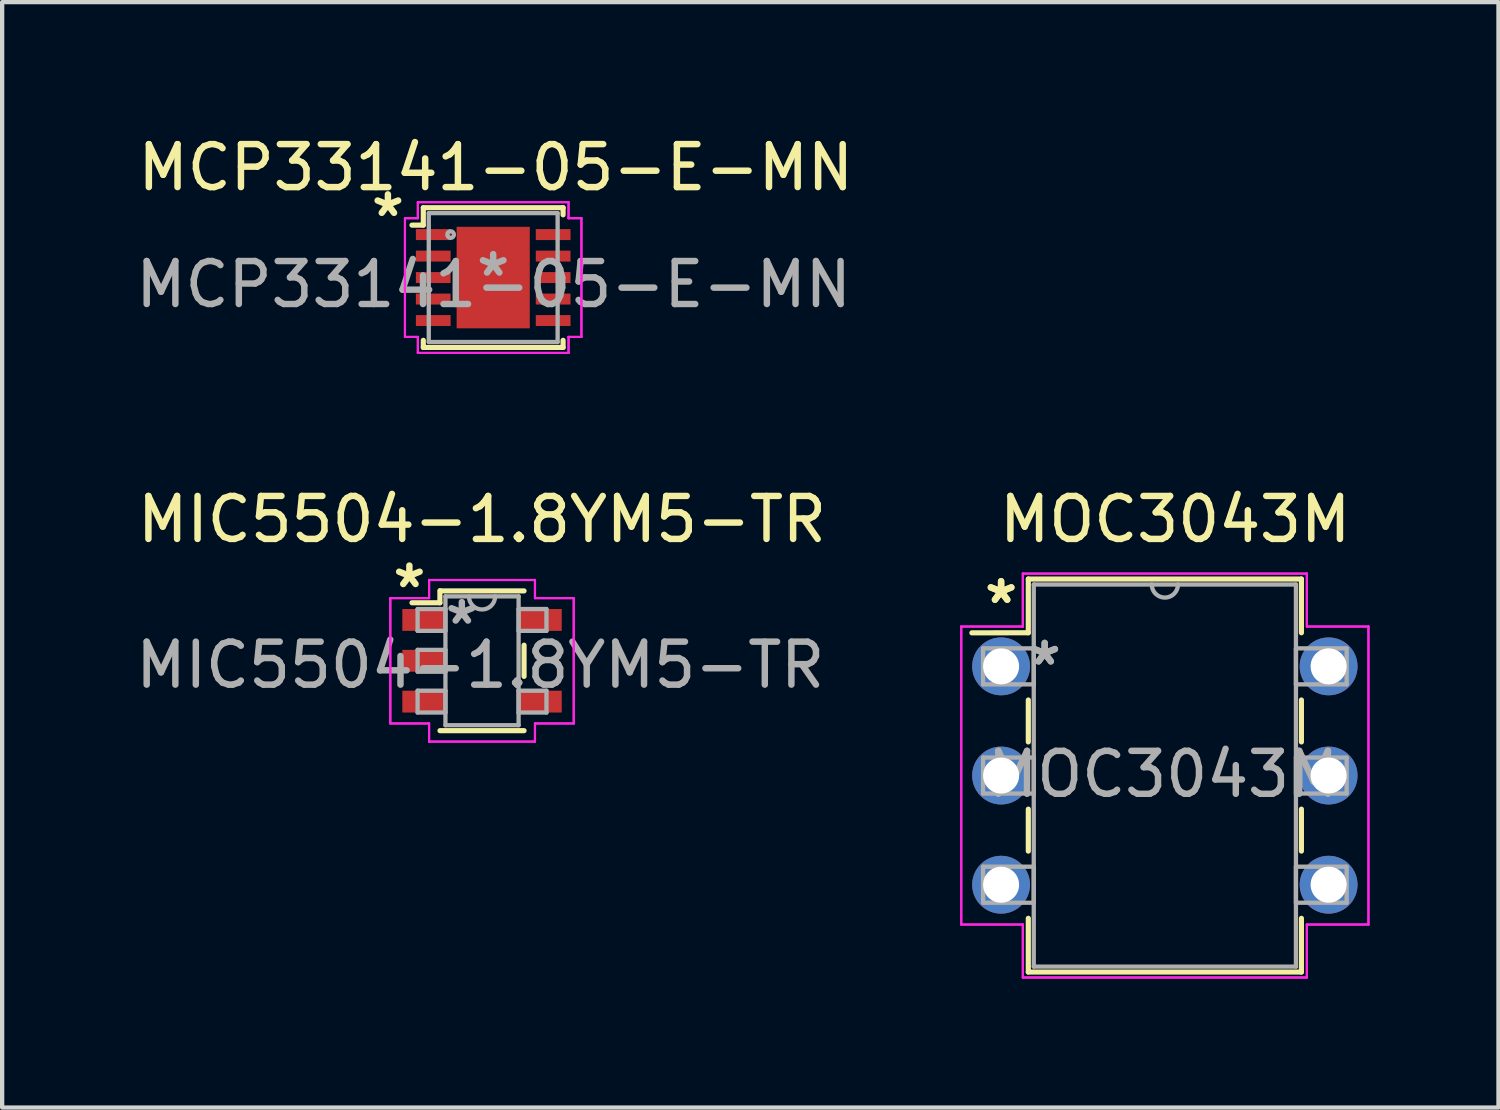
<source format=kicad_pcb>
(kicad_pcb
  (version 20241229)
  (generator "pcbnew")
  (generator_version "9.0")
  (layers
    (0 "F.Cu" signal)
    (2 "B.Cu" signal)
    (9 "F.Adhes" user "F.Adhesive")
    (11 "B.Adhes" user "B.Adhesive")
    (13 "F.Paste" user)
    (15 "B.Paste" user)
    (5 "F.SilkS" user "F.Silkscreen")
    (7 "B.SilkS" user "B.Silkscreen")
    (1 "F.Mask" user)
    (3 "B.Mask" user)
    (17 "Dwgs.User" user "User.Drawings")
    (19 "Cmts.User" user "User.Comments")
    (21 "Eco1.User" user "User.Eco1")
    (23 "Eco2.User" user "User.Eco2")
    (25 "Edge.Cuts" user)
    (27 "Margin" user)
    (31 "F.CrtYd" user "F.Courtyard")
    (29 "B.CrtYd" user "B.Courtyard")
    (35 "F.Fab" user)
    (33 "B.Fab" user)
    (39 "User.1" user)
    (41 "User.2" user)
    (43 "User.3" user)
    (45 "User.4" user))
  (footprint "MIC5504-1.8YM5-TR"
    (layer "F.Cu")
    (at 8.165 12.324)
    (property "Reference" "MIC5504-1.8YM5-TR" (at 0 -3.29 0) (layer "F.SilkS") (effects (font (size 1 1) (thickness 0.15))))
    (attr through_hole)
    (fp_line (start -0.98 -1.63) (end -0.98 -1.35) (stroke (width 0.12) (type solid)) (layer "F.SilkS"))
    (fp_line (start -0.98 -1.35) (end -1.63 -1.35) (stroke (width 0.12) (type solid)) (layer "F.SilkS"))
    (fp_line (start -0.978 1.626) (end 0.978 1.626) (stroke (width 0.12) (type solid)) (layer "F.SilkS"))
    (fp_line (start 0.978 -1.626) (end -0.97 -1.626) (stroke (width 0.12) (type solid)) (layer "F.SilkS"))
    (fp_line (start 0.978 0.363) (end 0.978 -0.363) (stroke (width 0.12) (type solid)) (layer "F.SilkS"))
    (fp_line (start -2.134 -1.458) (end -1.232 -1.458) (stroke (width 0.05) (type solid)) (layer "F.CrtYd"))
    (fp_line (start -2.134 -1.458) (end -1.232 -1.458) (stroke (width 0.05) (type solid)) (layer "F.CrtYd"))
    (fp_line (start -2.134 1.458) (end -2.134 -1.458) (stroke (width 0.05) (type solid)) (layer "F.CrtYd"))
    (fp_line (start -2.134 1.458) (end -2.134 -1.458) (stroke (width 0.05) (type solid)) (layer "F.CrtYd"))
    (fp_line (start -1.232 -1.88) (end 1.232 -1.88) (stroke (width 0.05) (type solid)) (layer "F.CrtYd"))
    (fp_line (start -1.232 -1.88) (end 1.232 -1.88) (stroke (width 0.05) (type solid)) (layer "F.CrtYd"))
    (fp_line (start -1.232 -1.458) (end -1.232 -1.88) (stroke (width 0.05) (type solid)) (layer "F.CrtYd"))
    (fp_line (start -1.232 -1.458) (end -1.232 -1.88) (stroke (width 0.05) (type solid)) (layer "F.CrtYd"))
    (fp_line (start -1.232 1.458) (end -2.134 1.458) (stroke (width 0.05) (type solid)) (layer "F.CrtYd"))
    (fp_line (start -1.232 1.458) (end -2.134 1.458) (stroke (width 0.05) (type solid)) (layer "F.CrtYd"))
    (fp_line (start -1.232 1.88) (end -1.232 1.458) (stroke (width 0.05) (type solid)) (layer "F.CrtYd"))
    (fp_line (start -1.232 1.88) (end -1.232 1.458) (stroke (width 0.05) (type solid)) (layer "F.CrtYd"))
    (fp_line (start 1.232 -1.88) (end 1.232 -1.458) (stroke (width 0.05) (type solid)) (layer "F.CrtYd"))
    (fp_line (start 1.232 -1.88) (end 1.232 -1.458) (stroke (width 0.05) (type solid)) (layer "F.CrtYd"))
    (fp_line (start 1.232 -1.458) (end 2.134 -1.458) (stroke (width 0.05) (type solid)) (layer "F.CrtYd"))
    (fp_line (start 1.232 -1.458) (end 2.134 -1.458) (stroke (width 0.05) (type solid)) (layer "F.CrtYd"))
    (fp_line (start 1.232 1.458) (end 1.232 1.88) (stroke (width 0.05) (type solid)) (layer "F.CrtYd"))
    (fp_line (start 1.232 1.458) (end 1.232 1.88) (stroke (width 0.05) (type solid)) (layer "F.CrtYd"))
    (fp_line (start 1.232 1.88) (end -1.232 1.88) (stroke (width 0.05) (type solid)) (layer "F.CrtYd"))
    (fp_line (start 1.232 1.88) (end -1.232 1.88) (stroke (width 0.05) (type solid)) (layer "F.CrtYd"))
    (fp_line (start 2.134 -1.458) (end 2.134 1.458) (stroke (width 0.05) (type solid)) (layer "F.CrtYd"))
    (fp_line (start 2.134 -1.458) (end 2.134 1.458) (stroke (width 0.05) (type solid)) (layer "F.CrtYd"))
    (fp_line (start 2.134 1.458) (end 1.232 1.458) (stroke (width 0.05) (type solid)) (layer "F.CrtYd"))
    (fp_line (start 2.134 1.458) (end 1.232 1.458) (stroke (width 0.05) (type solid)) (layer "F.CrtYd"))
    (fp_line (start -1.499 -1.204) (end -1.499 -0.696) (stroke (width 0.1) (type solid)) (layer "F.Fab"))
    (fp_line (start -1.499 -0.696) (end -0.851 -0.696) (stroke (width 0.1) (type solid)) (layer "F.Fab"))
    (fp_line (start -1.499 -0.254) (end -1.499 0.254) (stroke (width 0.1) (type solid)) (layer "F.Fab"))
    (fp_line (start -1.499 0.254) (end -0.851 0.254) (stroke (width 0.1) (type solid)) (layer "F.Fab"))
    (fp_line (start -1.499 0.696) (end -1.499 1.204) (stroke (width 0.1) (type solid)) (layer "F.Fab"))
    (fp_line (start -1.499 1.204) (end -0.851 1.204) (stroke (width 0.1) (type solid)) (layer "F.Fab"))
    (fp_line (start -0.851 -1.499) (end -0.851 1.499) (stroke (width 0.1) (type solid)) (layer "F.Fab"))
    (fp_line (start -0.851 -1.204) (end -1.499 -1.204) (stroke (width 0.1) (type solid)) (layer "F.Fab"))
    (fp_line (start -0.851 -0.696) (end -0.851 -1.204) (stroke (width 0.1) (type solid)) (layer "F.Fab"))
    (fp_line (start -0.851 -0.254) (end -1.499 -0.254) (stroke (width 0.1) (type solid)) (layer "F.Fab"))
    (fp_line (start -0.851 0.254) (end -0.851 -0.254) (stroke (width 0.1) (type solid)) (layer "F.Fab"))
    (fp_line (start -0.851 0.696) (end -1.499 0.696) (stroke (width 0.1) (type solid)) (layer "F.Fab"))
    (fp_line (start -0.851 1.204) (end -0.851 0.696) (stroke (width 0.1) (type solid)) (layer "F.Fab"))
    (fp_line (start -0.851 1.499) (end 0.851 1.499) (stroke (width 0.1) (type solid)) (layer "F.Fab"))
    (fp_line (start 0.851 -1.499) (end -0.851 -1.499) (stroke (width 0.1) (type solid)) (layer "F.Fab"))
    (fp_line (start 0.851 -1.204) (end 0.851 -0.696) (stroke (width 0.1) (type solid)) (layer "F.Fab"))
    (fp_line (start 0.851 -0.696) (end 1.499 -0.696) (stroke (width 0.1) (type solid)) (layer "F.Fab"))
    (fp_line (start 0.851 0.696) (end 0.851 1.204) (stroke (width 0.1) (type solid)) (layer "F.Fab"))
    (fp_line (start 0.851 1.204) (end 1.499 1.204) (stroke (width 0.1) (type solid)) (layer "F.Fab"))
    (fp_line (start 0.851 1.499) (end 0.851 -1.499) (stroke (width 0.1) (type solid)) (layer "F.Fab"))
    (fp_line (start 1.499 -1.204) (end 0.851 -1.204) (stroke (width 0.1) (type solid)) (layer "F.Fab"))
    (fp_line (start 1.499 -0.696) (end 1.499 -1.204) (stroke (width 0.1) (type solid)) (layer "F.Fab"))
    (fp_line (start 1.499 0.696) (end 0.851 0.696) (stroke (width 0.1) (type solid)) (layer "F.Fab"))
    (fp_line (start 1.499 1.204) (end 1.499 0.696) (stroke (width 0.1) (type solid)) (layer "F.Fab"))
    (fp_arc (start 0.3048 -1.4986) (mid 0 -1.1938) (end -0.3048 -1.4986) (stroke (width 0.1) (type solid)) (layer "F.Fab"))
    (fp_text user "*" (at -1.69 -1.67 0) (layer "F.SilkS") (effects (font (size 1 1) (thickness 0.15))))
    (fp_text user "${REFERENCE}" (at -0.04 0.1 0) (layer "F.Fab") (effects (font (size 1 1) (thickness 0.15))))
    (fp_text user "*" (at -0.47 -0.82 0) (layer "F.Fab") (effects (font (size 1 1) (thickness 0.15))))
    (pad "1" smd rect (at -1.353 -0.95) (size 1.003 0.508) (layers "F.Cu" "F.Mask" "F.Paste"))
    (pad "2" smd rect (at -1.353 0) (size 1.003 0.508) (layers "F.Cu" "F.Mask" "F.Paste"))
    (pad "3" smd rect (at -1.353 0.95) (size 1.003 0.508) (layers "F.Cu" "F.Mask" "F.Paste"))
    (pad "4" smd rect (at 1.353 0.95) (size 1.003 0.508) (layers "F.Cu" "F.Mask" "F.Paste"))
    (pad "5" smd rect (at 1.353 -0.95) (size 1.003 0.508) (layers "F.Cu" "F.Mask" "F.Paste")))
  (footprint "MOC3043M"
    (layer "F.Cu")
    (at 20.242 12.454)
    (property "Reference" "MOC3043M" (at 4.05 -3.42 0) (layer "F.SilkS") (effects (font (size 1 1) (thickness 0.15))))
    (attr through_hole)
    (fp_line (start 0.633 -2.032) (end 0.633 -0.782) (stroke (width 0.12) (type solid)) (layer "F.SilkS"))
    (fp_line (start 0.633 -0.782) (end -0.68 -0.78) (stroke (width 0.12) (type solid)) (layer "F.SilkS"))
    (fp_line (start 0.633 0.782) (end 0.633 1.758) (stroke (width 0.12) (type solid)) (layer "F.SilkS"))
    (fp_line (start 0.633 3.322) (end 0.633 4.298) (stroke (width 0.12) (type solid)) (layer "F.SilkS"))
    (fp_line (start 0.633 5.862) (end 0.633 7.112) (stroke (width 0.12) (type solid)) (layer "F.SilkS"))
    (fp_line (start 0.633 7.112) (end 6.987 7.112) (stroke (width 0.12) (type solid)) (layer "F.SilkS"))
    (fp_line (start 6.987 -2.032) (end 0.633 -2.032) (stroke (width 0.12) (type solid)) (layer "F.SilkS"))
    (fp_line (start 6.987 -0.782) (end 6.987 -2.032) (stroke (width 0.12) (type solid)) (layer "F.SilkS"))
    (fp_line (start 6.987 1.758) (end 6.987 0.782) (stroke (width 0.12) (type solid)) (layer "F.SilkS"))
    (fp_line (start 6.987 4.298) (end 6.987 3.322) (stroke (width 0.12) (type solid)) (layer "F.SilkS"))
    (fp_line (start 6.987 7.112) (end 6.987 5.862) (stroke (width 0.12) (type solid)) (layer "F.SilkS"))
    (fp_line (start -0.927 -0.927) (end -0.927 6.007) (stroke (width 0.05) (type solid)) (layer "F.CrtYd"))
    (fp_line (start -0.927 -0.927) (end 0.506 -0.927) (stroke (width 0.05) (type solid)) (layer "F.CrtYd"))
    (fp_line (start -0.927 6.007) (end -0.927 -0.927) (stroke (width 0.05) (type solid)) (layer "F.CrtYd"))
    (fp_line (start -0.927 6.007) (end 0.506 6.007) (stroke (width 0.05) (type solid)) (layer "F.CrtYd"))
    (fp_line (start 0.506 -2.159) (end 0.506 -0.927) (stroke (width 0.05) (type solid)) (layer "F.CrtYd"))
    (fp_line (start 0.506 -2.159) (end 7.114 -2.159) (stroke (width 0.05) (type solid)) (layer "F.CrtYd"))
    (fp_line (start 0.506 -0.927) (end -0.927 -0.927) (stroke (width 0.05) (type solid)) (layer "F.CrtYd"))
    (fp_line (start 0.506 -0.927) (end 0.506 -2.159) (stroke (width 0.05) (type solid)) (layer "F.CrtYd"))
    (fp_line (start 0.506 6.007) (end -0.927 6.007) (stroke (width 0.05) (type solid)) (layer "F.CrtYd"))
    (fp_line (start 0.506 6.007) (end 0.506 7.239) (stroke (width 0.05) (type solid)) (layer "F.CrtYd"))
    (fp_line (start 0.506 7.239) (end 0.506 6.007) (stroke (width 0.05) (type solid)) (layer "F.CrtYd"))
    (fp_line (start 0.506 7.239) (end 7.114 7.239) (stroke (width 0.05) (type solid)) (layer "F.CrtYd"))
    (fp_line (start 7.114 -2.159) (end 0.506 -2.159) (stroke (width 0.05) (type solid)) (layer "F.CrtYd"))
    (fp_line (start 7.114 -2.159) (end 7.114 -0.927) (stroke (width 0.05) (type solid)) (layer "F.CrtYd"))
    (fp_line (start 7.114 -0.927) (end 7.114 -2.159) (stroke (width 0.05) (type solid)) (layer "F.CrtYd"))
    (fp_line (start 7.114 6.007) (end 7.114 7.239) (stroke (width 0.05) (type solid)) (layer "F.CrtYd"))
    (fp_line (start 7.114 6.007) (end 8.547 6.007) (stroke (width 0.05) (type solid)) (layer "F.CrtYd"))
    (fp_line (start 7.114 7.239) (end 0.506 7.239) (stroke (width 0.05) (type solid)) (layer "F.CrtYd"))
    (fp_line (start 7.114 7.239) (end 7.114 6.007) (stroke (width 0.05) (type solid)) (layer "F.CrtYd"))
    (fp_line (start 8.547 -0.927) (end 7.114 -0.927) (stroke (width 0.05) (type solid)) (layer "F.CrtYd"))
    (fp_line (start 8.547 -0.927) (end 7.114 -0.927) (stroke (width 0.05) (type solid)) (layer "F.CrtYd"))
    (fp_line (start 8.547 -0.927) (end 8.547 6.007) (stroke (width 0.05) (type solid)) (layer "F.CrtYd"))
    (fp_line (start 8.547 6.007) (end 7.114 6.007) (stroke (width 0.05) (type solid)) (layer "F.CrtYd"))
    (fp_line (start 8.547 6.007) (end 8.547 -0.927) (stroke (width 0.05) (type solid)) (layer "F.CrtYd"))
    (fp_line (start -0.419 -0.419) (end -0.419 0.419) (stroke (width 0.1) (type solid)) (layer "F.Fab"))
    (fp_line (start -0.419 0.419) (end 0.76 0.419) (stroke (width 0.1) (type solid)) (layer "F.Fab"))
    (fp_line (start -0.419 2.121) (end -0.419 2.959) (stroke (width 0.1) (type solid)) (layer "F.Fab"))
    (fp_line (start -0.419 2.959) (end 0.76 2.959) (stroke (width 0.1) (type solid)) (layer "F.Fab"))
    (fp_line (start -0.419 4.661) (end -0.419 5.499) (stroke (width 0.1) (type solid)) (layer "F.Fab"))
    (fp_line (start -0.419 5.499) (end 0.76 5.499) (stroke (width 0.1) (type solid)) (layer "F.Fab"))
    (fp_line (start 0.76 -1.905) (end 0.76 6.985) (stroke (width 0.1) (type solid)) (layer "F.Fab"))
    (fp_line (start 0.76 -0.419) (end -0.419 -0.419) (stroke (width 0.1) (type solid)) (layer "F.Fab"))
    (fp_line (start 0.76 0.419) (end 0.76 -0.419) (stroke (width 0.1) (type solid)) (layer "F.Fab"))
    (fp_line (start 0.76 2.121) (end -0.419 2.121) (stroke (width 0.1) (type solid)) (layer "F.Fab"))
    (fp_line (start 0.76 2.959) (end 0.76 2.121) (stroke (width 0.1) (type solid)) (layer "F.Fab"))
    (fp_line (start 0.76 4.661) (end -0.419 4.661) (stroke (width 0.1) (type solid)) (layer "F.Fab"))
    (fp_line (start 0.76 5.499) (end 0.76 4.661) (stroke (width 0.1) (type solid)) (layer "F.Fab"))
    (fp_line (start 0.76 6.985) (end 6.86 6.985) (stroke (width 0.1) (type solid)) (layer "F.Fab"))
    (fp_line (start 6.86 -1.905) (end 0.76 -1.905) (stroke (width 0.1) (type solid)) (layer "F.Fab"))
    (fp_line (start 6.86 -0.419) (end 6.86 0.419) (stroke (width 0.1) (type solid)) (layer "F.Fab"))
    (fp_line (start 6.86 0.419) (end 8.039 0.419) (stroke (width 0.1) (type solid)) (layer "F.Fab"))
    (fp_line (start 6.86 2.121) (end 6.86 2.959) (stroke (width 0.1) (type solid)) (layer "F.Fab"))
    (fp_line (start 6.86 2.959) (end 8.039 2.959) (stroke (width 0.1) (type solid)) (layer "F.Fab"))
    (fp_line (start 6.86 4.661) (end 6.86 5.499) (stroke (width 0.1) (type solid)) (layer "F.Fab"))
    (fp_line (start 6.86 5.499) (end 8.039 5.499) (stroke (width 0.1) (type solid)) (layer "F.Fab"))
    (fp_line (start 6.86 6.985) (end 6.86 -1.905) (stroke (width 0.1) (type solid)) (layer "F.Fab"))
    (fp_line (start 8.039 -0.419) (end 6.86 -0.419) (stroke (width 0.1) (type solid)) (layer "F.Fab"))
    (fp_line (start 8.039 0.419) (end 8.039 -0.419) (stroke (width 0.1) (type solid)) (layer "F.Fab"))
    (fp_line (start 8.039 2.121) (end 6.86 2.121) (stroke (width 0.1) (type solid)) (layer "F.Fab"))
    (fp_line (start 8.039 2.959) (end 8.039 2.121) (stroke (width 0.1) (type solid)) (layer "F.Fab"))
    (fp_line (start 8.039 4.661) (end 6.86 4.661) (stroke (width 0.1) (type solid)) (layer "F.Fab"))
    (fp_line (start 8.039 5.499) (end 8.039 4.661) (stroke (width 0.1) (type solid)) (layer "F.Fab"))
    (fp_arc (start 4.1148 -1.905) (mid 3.81 -1.6002) (end 3.5052 -1.905) (stroke (width 0.1) (type solid)) (layer "F.Fab"))
    (fp_text user "*" (at 0 -1.435 0) (layer "F.SilkS") (effects (font (size 1 1) (thickness 0.15))))
    (fp_text user "*" (at 0 -1.435 0) (layer "F.SilkS") (effects (font (size 1 1) (thickness 0.15))))
    (fp_text user "*" (at 1.014 0 0) (layer "F.Fab") (effects (font (size 1 1) (thickness 0.15))))
    (fp_text user "${REFERENCE}" (at 3.77 2.51 0) (layer "F.Fab") (effects (font (size 1 1) (thickness 0.15))))
    (fp_text user "*" (at 1.014 0 0) (layer "F.Fab") (effects (font (size 1 1) (thickness 0.15))))
    (pad "1" thru_hole circle (at 0 0) (size 1.346 1.346) (drill 0.838) (layers "*.Cu" "*.Mask"))
    (pad "2" thru_hole circle (at 0 2.54) (size 1.346 1.346) (drill 0.838) (layers "*.Cu" "*.Mask"))
    (pad "3" thru_hole circle (at 0 5.08) (size 1.346 1.346) (drill 0.838) (layers "*.Cu" "*.Mask"))
    (pad "4" thru_hole circle (at 7.62 5.08) (size 1.346 1.346) (drill 0.838) (layers "*.Cu" "*.Mask"))
    (pad "5" thru_hole circle (at 7.62 2.54) (size 1.346 1.346) (drill 0.838) (layers "*.Cu" "*.Mask"))
    (pad "6" thru_hole circle (at 7.62 0) (size 1.346 1.346) (drill 0.838) (layers "*.Cu" "*.Mask")))
  (footprint "MCP33141-05-E-MN"
    (layer "F.Cu")
    (at 8.425 3.408)
    (property "Reference" "MCP33141-05-E-MN" (at 0.06 -2.56 0) (layer "F.SilkS") (effects (font (size 1 1) (thickness 0.15))))
    (attr through_hole)
    (fp_line (start -1.626 -1.626) (end -1.626 -1.22) (stroke (width 0.12) (type solid)) (layer "F.SilkS"))
    (fp_line (start -1.626 -1.22) (end -1.89 -1.22) (stroke (width 0.12) (type solid)) (layer "F.SilkS"))
    (fp_line (start -1.626 1.46) (end -1.626 1.626) (stroke (width 0.12) (type solid)) (layer "F.SilkS"))
    (fp_line (start -1.626 1.626) (end 1.626 1.626) (stroke (width 0.12) (type solid)) (layer "F.SilkS"))
    (fp_line (start 1.626 -1.626) (end -1.626 -1.626) (stroke (width 0.12) (type solid)) (layer "F.SilkS"))
    (fp_line (start 1.626 -1.46) (end 1.626 -1.626) (stroke (width 0.12) (type solid)) (layer "F.SilkS"))
    (fp_line (start 1.626 1.626) (end 1.626 1.46) (stroke (width 0.12) (type solid)) (layer "F.SilkS"))
    (fp_line (start -2.053 -1.381) (end -1.753 -1.381) (stroke (width 0.05) (type solid)) (layer "F.CrtYd"))
    (fp_line (start -2.053 -1.381) (end -1.753 -1.381) (stroke (width 0.05) (type solid)) (layer "F.CrtYd"))
    (fp_line (start -2.053 1.381) (end -2.053 -1.381) (stroke (width 0.05) (type solid)) (layer "F.CrtYd"))
    (fp_line (start -2.053 1.381) (end -2.053 -1.381) (stroke (width 0.05) (type solid)) (layer "F.CrtYd"))
    (fp_line (start -2.053 1.381) (end -1.753 1.381) (stroke (width 0.05) (type solid)) (layer "F.CrtYd"))
    (fp_line (start -1.753 -1.753) (end 1.753 -1.753) (stroke (width 0.05) (type solid)) (layer "F.CrtYd"))
    (fp_line (start -1.753 -1.753) (end 1.753 -1.753) (stroke (width 0.05) (type solid)) (layer "F.CrtYd"))
    (fp_line (start -1.753 -1.381) (end -1.753 -1.753) (stroke (width 0.05) (type solid)) (layer "F.CrtYd"))
    (fp_line (start -1.753 -1.381) (end -1.753 -1.753) (stroke (width 0.05) (type solid)) (layer "F.CrtYd"))
    (fp_line (start -1.753 1.381) (end -2.053 1.381) (stroke (width 0.05) (type solid)) (layer "F.CrtYd"))
    (fp_line (start -1.753 1.753) (end -1.753 1.381) (stroke (width 0.05) (type solid)) (layer "F.CrtYd"))
    (fp_line (start -1.753 1.753) (end -1.753 1.381) (stroke (width 0.05) (type solid)) (layer "F.CrtYd"))
    (fp_line (start 1.753 -1.753) (end 1.753 -1.381) (stroke (width 0.05) (type solid)) (layer "F.CrtYd"))
    (fp_line (start 1.753 -1.753) (end 1.753 -1.381) (stroke (width 0.05) (type solid)) (layer "F.CrtYd"))
    (fp_line (start 1.753 -1.381) (end 2.053 -1.381) (stroke (width 0.05) (type solid)) (layer "F.CrtYd"))
    (fp_line (start 1.753 1.381) (end 1.753 1.753) (stroke (width 0.05) (type solid)) (layer "F.CrtYd"))
    (fp_line (start 1.753 1.381) (end 1.753 1.753) (stroke (width 0.05) (type solid)) (layer "F.CrtYd"))
    (fp_line (start 1.753 1.753) (end -1.753 1.753) (stroke (width 0.05) (type solid)) (layer "F.CrtYd"))
    (fp_line (start 1.753 1.753) (end -1.753 1.753) (stroke (width 0.05) (type solid)) (layer "F.CrtYd"))
    (fp_line (start 2.053 -1.381) (end 1.753 -1.381) (stroke (width 0.05) (type solid)) (layer "F.CrtYd"))
    (fp_line (start 2.053 -1.381) (end 2.053 1.381) (stroke (width 0.05) (type solid)) (layer "F.CrtYd"))
    (fp_line (start 2.053 -1.381) (end 2.053 1.381) (stroke (width 0.05) (type solid)) (layer "F.CrtYd"))
    (fp_line (start 2.053 1.381) (end 1.753 1.381) (stroke (width 0.05) (type solid)) (layer "F.CrtYd"))
    (fp_line (start 2.053 1.381) (end 1.753 1.381) (stroke (width 0.05) (type solid)) (layer "F.CrtYd"))
    (fp_line (start -1.499 -1.499) (end -1.499 1.499) (stroke (width 0.1) (type solid)) (layer "F.Fab"))
    (fp_line (start -1.499 1.499) (end 1.499 1.499) (stroke (width 0.1) (type solid)) (layer "F.Fab"))
    (fp_line (start 1.499 -1.499) (end -1.499 -1.499) (stroke (width 0.1) (type solid)) (layer "F.Fab"))
    (fp_line (start 1.499 1.499) (end 1.499 -1.499) (stroke (width 0.1) (type solid)) (layer "F.Fab"))
    (fp_circle (center -0.991 -1) (end -0.914 -1) (stroke (width 0.1) (type solid)) (fill no) (layer "F.Fab"))
    (fp_text user "*" (at -2.45 -1.39 0) (layer "F.SilkS") (effects (font (size 1 1) (thickness 0.15))))
    (fp_text user "*" (at 0 0 0) (layer "F.Fab") (effects (font (size 1 1) (thickness 0.15))))
    (fp_text user "${REFERENCE}" (at 0.01 0.16 0) (layer "F.Fab") (effects (font (size 1 1) (thickness 0.15))))
    (pad "1" smd rect (at -1.395 -1) (size 0.808 0.255) (layers "F.Cu" "F.Mask" "F.Paste"))
    (pad "2" smd rect (at -1.395 -0.5) (size 0.808 0.255) (layers "F.Cu" "F.Mask" "F.Paste"))
    (pad "3" smd rect (at -1.395 0) (size 0.808 0.255) (layers "F.Cu" "F.Mask" "F.Paste"))
    (pad "4" smd rect (at -1.395 0.5) (size 0.808 0.255) (layers "F.Cu" "F.Mask" "F.Paste"))
    (pad "5" smd rect (at -1.395 1) (size 0.808 0.255) (layers "F.Cu" "F.Mask" "F.Paste"))
    (pad "6" smd rect (at 1.395 1) (size 0.808 0.255) (layers "F.Cu" "F.Mask" "F.Paste"))
    (pad "7" smd rect (at 1.395 0.5) (size 0.808 0.255) (layers "F.Cu" "F.Mask" "F.Paste"))
    (pad "8" smd rect (at 1.395 0) (size 0.808 0.255) (layers "F.Cu" "F.Mask" "F.Paste"))
    (pad "9" smd rect (at 1.395 -0.5) (size 0.808 0.255) (layers "F.Cu" "F.Mask" "F.Paste"))
    (pad "10" smd rect (at 1.395 -1) (size 0.808 0.255) (layers "F.Cu" "F.Mask" "F.Paste"))
    (pad "11" smd rect (at 0 0) (size 1.702 2.362) (layers "F.Cu" "F.Mask" "F.Paste")))
  (gr_rect
    (start -3 -3)
    (end 31.814 22.718)
    (stroke (width 0.1) (type default))
    (fill no)
    (layer "Edge.Cuts")))
</source>
